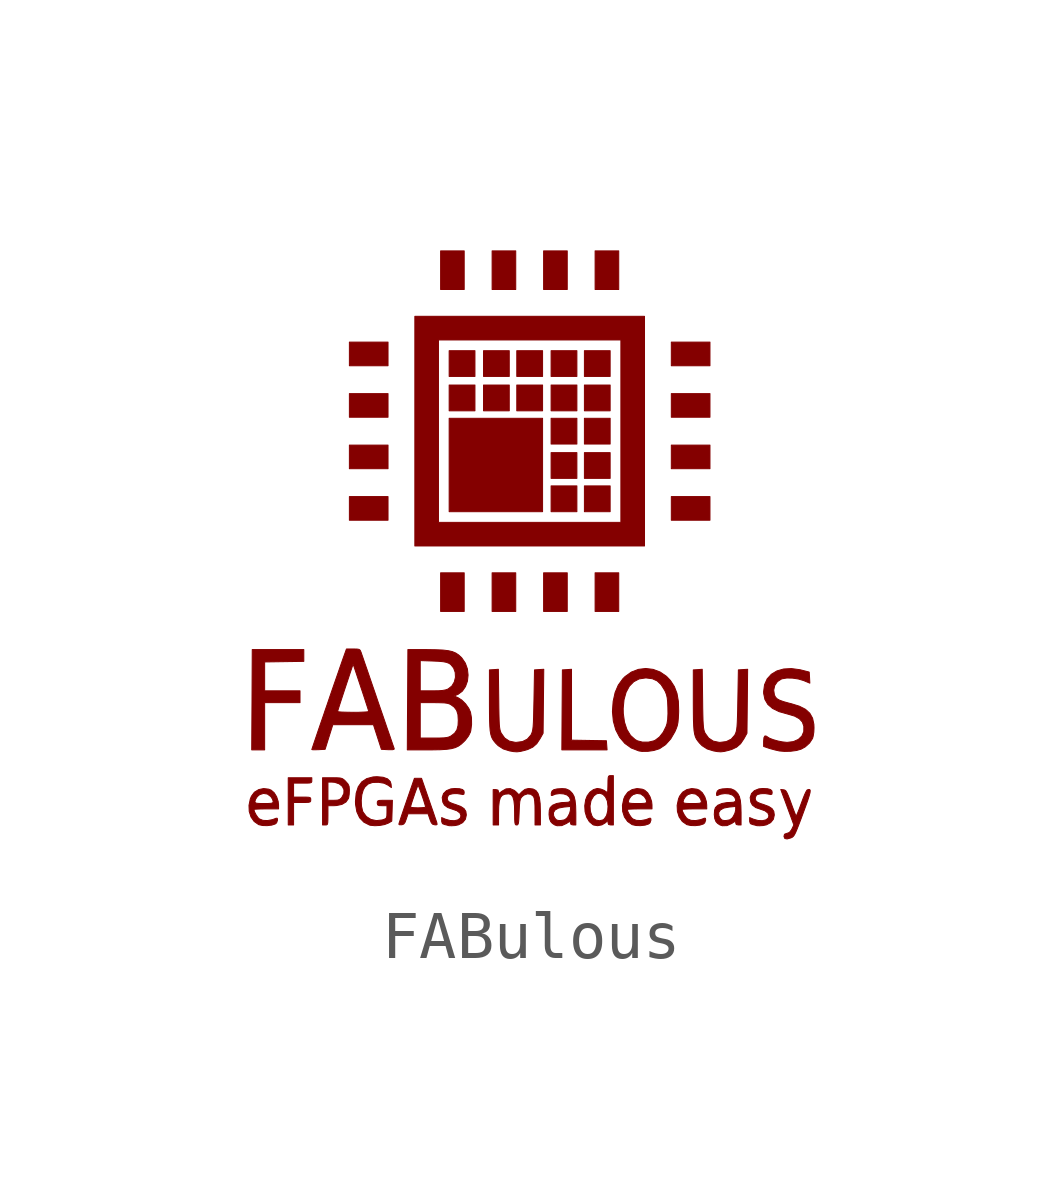
<source format=kicad_sym>
(kicad_symbol_lib
  (version 20231120)
  (generator "kicad_symbol_editor")
  (generator_version "8.0")
  (symbol "FABulous"
    (pin_names
      (offset 1.016))
    (property "Reference" "T1"
      (at 0 6.341 0)
      (effects (font (size 1.27 1.27)) (hide yes)))
    (symbol "FABulous_0_0"
      (polyline (pts (xy -2.929 0.537) (xy -2.929 0.783) (xy -3.332 0.783) (xy -3.734 0.783) (xy -3.734 0.537) (xy -3.734 0.291) (xy -3.332 0.291) (xy -2.929 0.291) (xy -2.929 0.537)) (stroke (width 0.01) (type default)) (fill (type outline)))
      (polyline (pts (xy -2.929 1.61) (xy -2.929 1.856) (xy -3.332 1.856) (xy -3.734 1.856) (xy -3.734 1.61) (xy -3.734 1.364) (xy -3.332 1.364) (xy -2.929 1.364) (xy -2.929 1.61)) (stroke (width 0.01) (type default)) (fill (type outline)))
      (polyline (pts (xy -2.929 2.683) (xy -2.929 2.929) (xy -3.332 2.929) (xy -3.734 2.929) (xy -3.734 2.683) (xy -3.734 2.437) (xy -3.332 2.437) (xy -2.929 2.437) (xy -2.929 2.683)) (stroke (width 0.01) (type default)) (fill (type outline)))
      (polyline (pts (xy -2.929 3.756) (xy -2.929 4.002) (xy -3.332 4.002) (xy -3.734 4.002) (xy -3.734 3.756) (xy -3.734 3.51) (xy -3.332 3.51) (xy -2.929 3.51) (xy -2.929 3.756)) (stroke (width 0.01) (type default)) (fill (type outline)))
      (polyline (pts (xy -1.342 -1.207) (xy -1.342 -0.805) (xy -1.587 -0.805) (xy -1.833 -0.805) (xy -1.833 -1.207) (xy -1.833 -1.61) (xy -1.587 -1.61) (xy -1.342 -1.61) (xy -1.342 -1.207)) (stroke (width 0.01) (type default)) (fill (type outline)))
      (polyline (pts (xy -1.342 5.5) (xy -1.342 5.903) (xy -1.587 5.903) (xy -1.833 5.903) (xy -1.833 5.5) (xy -1.833 5.098) (xy -1.587 5.098) (xy -1.342 5.098) (xy -1.342 5.5)) (stroke (width 0.01) (type default)) (fill (type outline)))
      (polyline (pts (xy -1.118 2.84) (xy -1.118 3.108) (xy -1.386 3.108) (xy -1.655 3.108) (xy -1.655 2.84) (xy -1.655 2.571) (xy -1.386 2.571) (xy -1.118 2.571) (xy -1.118 2.84)) (stroke (width 0.01) (type default)) (fill (type outline)))
      (polyline (pts (xy -1.118 3.555) (xy -1.118 3.823) (xy -1.386 3.823) (xy -1.655 3.823) (xy -1.655 3.555) (xy -1.655 3.287) (xy -1.386 3.287) (xy -1.118 3.287) (xy -1.118 3.555)) (stroke (width 0.01) (type default)) (fill (type outline)))
      (polyline (pts (xy -0.403 2.84) (xy -0.403 3.108) (xy -0.671 3.108) (xy -0.939 3.108) (xy -0.939 2.84) (xy -0.939 2.571) (xy -0.671 2.571) (xy -0.403 2.571) (xy -0.403 2.84)) (stroke (width 0.01) (type default)) (fill (type outline)))
      (polyline (pts (xy -0.403 3.555) (xy -0.403 3.823) (xy -0.671 3.823) (xy -0.939 3.823) (xy -0.939 3.555) (xy -0.939 3.287) (xy -0.671 3.287) (xy -0.403 3.287) (xy -0.403 3.555)) (stroke (width 0.01) (type default)) (fill (type outline)))
      (polyline (pts (xy -0.268 -1.207) (xy -0.268 -0.805) (xy -0.514 -0.805) (xy -0.76 -0.805) (xy -0.76 -1.207) (xy -0.76 -1.61) (xy -0.514 -1.61) (xy -0.268 -1.61) (xy -0.268 -1.207)) (stroke (width 0.01) (type default)) (fill (type outline)))
      (polyline (pts (xy -0.268 5.5) (xy -0.268 5.903) (xy -0.514 5.903) (xy -0.76 5.903) (xy -0.76 5.5) (xy -0.76 5.098) (xy -0.514 5.098) (xy -0.268 5.098) (xy -0.268 5.5)) (stroke (width 0.01) (type default)) (fill (type outline)))
      (polyline (pts (xy 0.291 1.442) (xy 0.291 2.415) (xy -0.682 2.415) (xy -1.655 2.415) (xy -1.655 1.442) (xy -1.655 0.469) (xy -0.682 0.469) (xy 0.291 0.469) (xy 0.291 1.442)) (stroke (width 0.01) (type default)) (fill (type outline)))
      (polyline (pts (xy 0.291 2.84) (xy 0.291 3.108) (xy 0.022 3.108) (xy -0.246 3.108) (xy -0.246 2.84) (xy -0.246 2.571) (xy 0.022 2.571) (xy 0.291 2.571) (xy 0.291 2.84)) (stroke (width 0.01) (type default)) (fill (type outline)))
      (polyline (pts (xy 0.291 3.555) (xy 0.291 3.823) (xy 0.022 3.823) (xy -0.246 3.823) (xy -0.246 3.555) (xy -0.246 3.287) (xy 0.022 3.287) (xy 0.291 3.287) (xy 0.291 3.555)) (stroke (width 0.01) (type default)) (fill (type outline)))
      (polyline (pts (xy 0.805 -1.207) (xy 0.805 -0.805) (xy 0.559 -0.805) (xy 0.313 -0.805) (xy 0.313 -1.207) (xy 0.313 -1.61) (xy 0.559 -1.61) (xy 0.805 -1.61) (xy 0.805 -1.207)) (stroke (width 0.01) (type default)) (fill (type outline)))
      (polyline (pts (xy 0.805 5.5) (xy 0.805 5.903) (xy 0.559 5.903) (xy 0.313 5.903) (xy 0.313 5.5) (xy 0.313 5.098) (xy 0.559 5.098) (xy 0.805 5.098) (xy 0.805 5.5)) (stroke (width 0.01) (type default)) (fill (type outline)))
      (polyline (pts (xy 1.006 0.738) (xy 1.006 1.006) (xy 0.738 1.006) (xy 0.469 1.006) (xy 0.469 0.738) (xy 0.469 0.469) (xy 0.738 0.469) (xy 1.006 0.469) (xy 1.006 0.738)) (stroke (width 0.01) (type default)) (fill (type outline)))
      (polyline (pts (xy 1.006 1.431) (xy 1.006 1.699) (xy 0.738 1.699) (xy 0.469 1.699) (xy 0.469 1.431) (xy 0.469 1.163) (xy 0.738 1.163) (xy 1.006 1.163) (xy 1.006 1.431)) (stroke (width 0.01) (type default)) (fill (type outline)))
      (polyline (pts (xy 1.006 2.147) (xy 1.006 2.415) (xy 0.738 2.415) (xy 0.469 2.415) (xy 0.469 2.147) (xy 0.469 1.878) (xy 0.738 1.878) (xy 1.006 1.878) (xy 1.006 2.147)) (stroke (width 0.01) (type default)) (fill (type outline)))
      (polyline (pts (xy 1.006 2.84) (xy 1.006 3.108) (xy 0.738 3.108) (xy 0.469 3.108) (xy 0.469 2.84) (xy 0.469 2.571) (xy 0.738 2.571) (xy 1.006 2.571) (xy 1.006 2.84)) (stroke (width 0.01) (type default)) (fill (type outline)))
      (polyline (pts (xy 1.006 3.555) (xy 1.006 3.823) (xy 0.738 3.823) (xy 0.469 3.823) (xy 0.469 3.555) (xy 0.469 3.287) (xy 0.738 3.287) (xy 1.006 3.287) (xy 1.006 3.555)) (stroke (width 0.01) (type default)) (fill (type outline)))
      (polyline (pts (xy 1.699 0.738) (xy 1.699 1.006) (xy 1.431 1.006) (xy 1.163 1.006) (xy 1.163 0.738) (xy 1.163 0.469) (xy 1.431 0.469) (xy 1.699 0.469) (xy 1.699 0.738)) (stroke (width 0.01) (type default)) (fill (type outline)))
      (polyline (pts (xy 1.699 1.431) (xy 1.699 1.699) (xy 1.431 1.699) (xy 1.163 1.699) (xy 1.163 1.431) (xy 1.163 1.163) (xy 1.431 1.163) (xy 1.699 1.163) (xy 1.699 1.431)) (stroke (width 0.01) (type default)) (fill (type outline)))
      (polyline (pts (xy 1.699 2.147) (xy 1.699 2.415) (xy 1.431 2.415) (xy 1.163 2.415) (xy 1.163 2.147) (xy 1.163 1.878) (xy 1.431 1.878) (xy 1.699 1.878) (xy 1.699 2.147)) (stroke (width 0.01) (type default)) (fill (type outline)))
      (polyline (pts (xy 1.699 2.84) (xy 1.699 3.108) (xy 1.431 3.108) (xy 1.163 3.108) (xy 1.163 2.84) (xy 1.163 2.571) (xy 1.431 2.571) (xy 1.699 2.571) (xy 1.699 2.84)) (stroke (width 0.01) (type default)) (fill (type outline)))
      (polyline (pts (xy 1.699 3.555) (xy 1.699 3.823) (xy 1.431 3.823) (xy 1.163 3.823) (xy 1.163 3.555) (xy 1.163 3.287) (xy 1.431 3.287) (xy 1.699 3.287) (xy 1.699 3.555)) (stroke (width 0.01) (type default)) (fill (type outline)))
      (polyline (pts (xy 1.878 -1.207) (xy 1.878 -0.805) (xy 1.632 -0.805) (xy 1.386 -0.805) (xy 1.386 -1.207) (xy 1.386 -1.61) (xy 1.632 -1.61) (xy 1.878 -1.61) (xy 1.878 -1.207)) (stroke (width 0.01) (type default)) (fill (type outline)))
      (polyline (pts (xy 1.878 5.5) (xy 1.878 5.903) (xy 1.632 5.903) (xy 1.386 5.903) (xy 1.386 5.5) (xy 1.386 5.098) (xy 1.632 5.098) (xy 1.878 5.098) (xy 1.878 5.5)) (stroke (width 0.01) (type default)) (fill (type outline)))
      (polyline (pts (xy 3.779 0.537) (xy 3.779 0.783) (xy 3.376 0.783) (xy 2.974 0.783) (xy 2.974 0.537) (xy 2.974 0.291) (xy 3.376 0.291) (xy 3.779 0.291) (xy 3.779 0.537)) (stroke (width 0.01) (type default)) (fill (type outline)))
      (polyline (pts (xy 3.779 1.61) (xy 3.779 1.856) (xy 3.376 1.856) (xy 2.974 1.856) (xy 2.974 1.61) (xy 2.974 1.364) (xy 3.376 1.364) (xy 3.779 1.364) (xy 3.779 1.61)) (stroke (width 0.01) (type default)) (fill (type outline)))
      (polyline (pts (xy 3.779 2.683) (xy 3.779 2.929) (xy 3.376 2.929) (xy 2.974 2.929) (xy 2.974 2.683) (xy 2.974 2.437) (xy 3.376 2.437) (xy 3.779 2.437) (xy 3.779 2.683)) (stroke (width 0.01) (type default)) (fill (type outline)))
      (polyline (pts (xy 3.779 3.756) (xy 3.779 4.002) (xy 3.376 4.002) (xy 2.974 4.002) (xy 2.974 3.756) (xy 2.974 3.51) (xy 3.376 3.51) (xy 3.779 3.51) (xy 3.779 3.756)) (stroke (width 0.01) (type default)) (fill (type outline)))
      (polyline (pts (xy 1.628 -4.399) (xy 1.621 -4.304) (xy 1.258 -4.298) (xy 0.894 -4.292) (xy 0.894 -3.553) (xy 0.894 -2.815) (xy 0.799 -2.822) (xy 0.704 -2.828) (xy 0.698 -3.661) (xy 0.693 -4.494) (xy 1.164 -4.494) (xy 1.635 -4.494) (xy 1.628 -4.399)) (stroke (width 0.01) (type default)) (fill (type outline)))
      (polyline (pts (xy 2.415 2.147) (xy 2.415 4.539) (xy 0.022 4.539) (xy -2.37 4.539) (xy -2.37 2.147) (xy -1.878 2.147) (xy -1.878 4.047) (xy 0.022 4.047) (xy 1.923 4.047) (xy 1.923 2.147) (xy 1.923 0.246) (xy 0.022 0.246) (xy -1.878 0.246) (xy -1.878 2.147) (xy -2.37 2.147) (xy -2.37 -0.246) (xy 0.022 -0.246) (xy 2.415 -0.246) (xy 2.415 2.147)) (stroke (width 0.01) (type default)) (fill (type outline)))
      (polyline (pts (xy -5.5 -4.002) (xy -5.5 -3.51) (xy -5.131 -3.51) (xy -4.763 -3.51) (xy -4.763 -3.387) (xy -4.763 -3.264) (xy -5.131 -3.264) (xy -5.5 -3.264) (xy -5.5 -2.963) (xy -5.5 -2.662) (xy -5.092 -2.656) (xy -4.684 -2.65) (xy -4.684 -2.527) (xy -4.684 -2.404) (xy -5.221 -2.404) (xy -5.758 -2.404) (xy -5.763 -3.449) (xy -5.769 -4.494) (xy -5.635 -4.494) (xy -5.5 -4.494) (xy -5.5 -4.002)) (stroke (width 0.01) (type default)) (fill (type outline)))
      (polyline (pts (xy -4.897 -5.825) (xy -4.897 -5.59) (xy -4.718 -5.59) (xy -4.642 -5.59) (xy -4.583 -5.587) (xy -4.553 -5.578) (xy -4.541 -5.562) (xy -4.539 -5.534) (xy -4.54 -5.51) (xy -4.549 -5.492) (xy -4.576 -5.482) (xy -4.629 -5.479) (xy -4.718 -5.478) (xy -4.897 -5.478) (xy -4.897 -5.333) (xy -4.897 -5.187) (xy -4.707 -5.187) (xy -4.615 -5.187) (xy -4.559 -5.184) (xy -4.529 -5.175) (xy -4.518 -5.159) (xy -4.517 -5.131) (xy -4.517 -5.075) (xy -4.763 -5.075) (xy -5.008 -5.075) (xy -5.008 -5.567) (xy -5.008 -6.059) (xy -4.953 -6.059) (xy -4.897 -6.059) (xy -4.897 -5.825)) (stroke (width 0.01) (type default)) (fill (type outline)))
      (polyline (pts (xy -4.207 -6.057) (xy -4.192 -6.044) (xy -4.185 -6.013) (xy -4.182 -5.953) (xy -4.181 -5.858) (xy -4.181 -5.657) (xy -4.053 -5.657) (xy -4.001 -5.654) (xy -3.889 -5.63) (xy -3.805 -5.58) (xy -3.756 -5.51) (xy -3.749 -5.488) (xy -3.738 -5.419) (xy -3.734 -5.34) (xy -3.734 -5.325) (xy -3.74 -5.256) (xy -3.763 -5.205) (xy -3.81 -5.152) (xy -3.817 -5.144) (xy -3.853 -5.111) (xy -3.886 -5.091) (xy -3.929 -5.08) (xy -3.993 -5.076) (xy -4.09 -5.075) (xy -4.293 -5.075) (xy -4.293 -5.355) (xy -4.181 -5.355) (xy -4.181 -5.165) (xy -4.106 -5.165) (xy -4.04 -5.17) (xy -3.946 -5.202) (xy -3.881 -5.255) (xy -3.847 -5.325) (xy -3.849 -5.404) (xy -3.892 -5.486) (xy -3.903 -5.499) (xy -3.938 -5.529) (xy -3.985 -5.542) (xy -4.06 -5.545) (xy -4.181 -5.545) (xy -4.181 -5.355) (xy -4.293 -5.355) (xy -4.293 -5.567) (xy -4.293 -6.059) (xy -4.237 -6.059) (xy -4.232 -6.059) (xy -4.207 -6.057)) (stroke (width 0.01) (type default)) (fill (type outline)))
      (polyline (pts (xy -1.532 -6.071) (xy -1.461 -6.056) (xy -1.374 -6.01) (xy -1.317 -5.94) (xy -1.297 -5.851) (xy -1.297 -5.851) (xy -1.308 -5.775) (xy -1.345 -5.718) (xy -1.414 -5.673) (xy -1.522 -5.633) (xy -1.583 -5.613) (xy -1.643 -5.588) (xy -1.676 -5.562) (xy -1.691 -5.53) (xy -1.695 -5.494) (xy -1.671 -5.44) (xy -1.644 -5.423) (xy -1.576 -5.407) (xy -1.49 -5.405) (xy -1.403 -5.418) (xy -1.372 -5.425) (xy -1.347 -5.417) (xy -1.342 -5.38) (xy -1.348 -5.348) (xy -1.378 -5.32) (xy -1.439 -5.304) (xy -1.538 -5.299) (xy -1.62 -5.307) (xy -1.712 -5.344) (xy -1.773 -5.405) (xy -1.8 -5.487) (xy -1.787 -5.583) (xy -1.754 -5.644) (xy -1.684 -5.697) (xy -1.576 -5.734) (xy -1.491 -5.764) (xy -1.43 -5.811) (xy -1.409 -5.869) (xy -1.425 -5.917) (xy -1.474 -5.953) (xy -1.548 -5.97) (xy -1.638 -5.965) (xy -1.734 -5.938) (xy -1.811 -5.905) (xy -1.811 -5.971) (xy -1.81 -5.991) (xy -1.795 -6.031) (xy -1.75 -6.05) (xy -1.703 -6.061) (xy -1.666 -6.072) (xy -1.652 -6.074) (xy -1.601 -6.075) (xy -1.532 -6.071)) (stroke (width 0.01) (type default)) (fill (type outline)))
      (polyline (pts (xy 4.885 -6.071) (xy 4.956 -6.056) (xy 5.043 -6.01) (xy 5.1 -5.94) (xy 5.12 -5.851) (xy 5.12 -5.851) (xy 5.109 -5.775) (xy 5.072 -5.718) (xy 5.003 -5.673) (xy 4.896 -5.633) (xy 4.834 -5.613) (xy 4.774 -5.588) (xy 4.741 -5.562) (xy 4.726 -5.53) (xy 4.722 -5.494) (xy 4.746 -5.44) (xy 4.773 -5.423) (xy 4.841 -5.407) (xy 4.927 -5.405) (xy 5.014 -5.418) (xy 5.045 -5.425) (xy 5.07 -5.417) (xy 5.075 -5.38) (xy 5.069 -5.348) (xy 5.039 -5.32) (xy 4.978 -5.304) (xy 4.879 -5.299) (xy 4.797 -5.307) (xy 4.705 -5.344) (xy 4.644 -5.405) (xy 4.617 -5.487) (xy 4.63 -5.583) (xy 4.663 -5.644) (xy 4.733 -5.697) (xy 4.841 -5.734) (xy 4.926 -5.764) (xy 4.987 -5.811) (xy 5.008 -5.869) (xy 4.992 -5.917) (xy 4.943 -5.953) (xy 4.869 -5.97) (xy 4.779 -5.965) (xy 4.684 -5.938) (xy 4.606 -5.905) (xy 4.606 -5.971) (xy 4.607 -5.991) (xy 4.622 -6.031) (xy 4.667 -6.05) (xy 4.714 -6.061) (xy 4.751 -6.072) (xy 4.765 -6.074) (xy 4.816 -6.075) (xy 4.885 -6.071)) (stroke (width 0.01) (type default)) (fill (type outline)))
      (polyline (pts (xy 5.464 -6.329) (xy 5.472 -6.325) (xy 5.495 -6.314) (xy 5.516 -6.296) (xy 5.538 -6.266) (xy 5.562 -6.22) (xy 5.591 -6.152) (xy 5.628 -6.058) (xy 5.676 -5.932) (xy 5.736 -5.769) (xy 5.766 -5.687) (xy 5.814 -5.553) (xy 5.846 -5.453) (xy 5.864 -5.385) (xy 5.868 -5.342) (xy 5.859 -5.322) (xy 5.838 -5.319) (xy 5.805 -5.329) (xy 5.803 -5.33) (xy 5.784 -5.359) (xy 5.754 -5.421) (xy 5.719 -5.508) (xy 5.681 -5.611) (xy 5.674 -5.63) (xy 5.638 -5.728) (xy 5.607 -5.806) (xy 5.585 -5.856) (xy 5.574 -5.872) (xy 5.573 -5.871) (xy 5.56 -5.843) (xy 5.536 -5.783) (xy 5.504 -5.698) (xy 5.467 -5.597) (xy 5.446 -5.539) (xy 5.41 -5.446) (xy 5.383 -5.386) (xy 5.361 -5.35) (xy 5.338 -5.332) (xy 5.313 -5.326) (xy 5.254 -5.319) (xy 5.323 -5.505) (xy 5.326 -5.51) (xy 5.369 -5.628) (xy 5.417 -5.759) (xy 5.46 -5.875) (xy 5.527 -6.059) (xy 5.486 -6.143) (xy 5.474 -6.165) (xy 5.434 -6.215) (xy 5.383 -6.234) (xy 5.371 -6.236) (xy 5.332 -6.253) (xy 5.321 -6.296) (xy 5.322 -6.301) (xy 5.339 -6.341) (xy 5.386 -6.35) (xy 5.464 -6.329)) (stroke (width 0.01) (type default)) (fill (type outline)))
      (polyline (pts (xy -0.173 -4.527) (xy -0.082 -4.505) (xy -0.019 -4.487) (xy 0.087 -4.437) (xy 0.169 -4.366) (xy 0.238 -4.262) (xy 0.302 -4.148) (xy 0.309 -3.481) (xy 0.316 -2.815) (xy 0.219 -2.821) (xy 0.123 -2.828) (xy 0.112 -3.454) (xy 0.111 -3.496) (xy 0.107 -3.674) (xy 0.104 -3.814) (xy 0.1 -3.921) (xy 0.095 -4.002) (xy 0.088 -4.062) (xy 0.08 -4.106) (xy 0.069 -4.14) (xy 0.056 -4.17) (xy 0.047 -4.187) (xy -0.026 -4.27) (xy -0.128 -4.321) (xy -0.259 -4.338) (xy -0.28 -4.337) (xy -0.401 -4.312) (xy -0.498 -4.248) (xy -0.57 -4.147) (xy -0.574 -4.14) (xy -0.586 -4.11) (xy -0.596 -4.074) (xy -0.604 -4.028) (xy -0.61 -3.966) (xy -0.614 -3.881) (xy -0.617 -3.768) (xy -0.62 -3.622) (xy -0.622 -3.437) (xy -0.63 -2.815) (xy -0.723 -2.822) (xy -0.816 -2.828) (xy -0.816 -3.466) (xy -0.816 -3.534) (xy -0.815 -3.724) (xy -0.813 -3.877) (xy -0.808 -3.998) (xy -0.801 -4.091) (xy -0.789 -4.164) (xy -0.773 -4.221) (xy -0.751 -4.268) (xy -0.723 -4.309) (xy -0.688 -4.352) (xy -0.633 -4.407) (xy -0.527 -4.475) (xy -0.395 -4.516) (xy -0.314 -4.53) (xy -0.243 -4.535) (xy -0.173 -4.527)) (stroke (width 0.01) (type default)) (fill (type outline)))
      (polyline (pts (xy 4.075 -4.527) (xy 4.166 -4.505) (xy 4.229 -4.487) (xy 4.335 -4.437) (xy 4.417 -4.366) (xy 4.487 -4.262) (xy 4.55 -4.148) (xy 4.557 -3.481) (xy 4.564 -2.815) (xy 4.467 -2.821) (xy 4.371 -2.828) (xy 4.36 -3.454) (xy 4.359 -3.496) (xy 4.356 -3.674) (xy 4.352 -3.814) (xy 4.348 -3.921) (xy 4.343 -4.002) (xy 4.336 -4.062) (xy 4.328 -4.106) (xy 4.317 -4.14) (xy 4.304 -4.17) (xy 4.295 -4.187) (xy 4.223 -4.27) (xy 4.12 -4.321) (xy 3.989 -4.338) (xy 3.968 -4.337) (xy 3.848 -4.312) (xy 3.751 -4.248) (xy 3.678 -4.147) (xy 3.674 -4.14) (xy 3.662 -4.11) (xy 3.652 -4.074) (xy 3.644 -4.028) (xy 3.639 -3.966) (xy 3.634 -3.881) (xy 3.631 -3.768) (xy 3.628 -3.622) (xy 3.626 -3.437) (xy 3.618 -2.815) (xy 3.525 -2.822) (xy 3.432 -2.828) (xy 3.432 -3.466) (xy 3.432 -3.534) (xy 3.433 -3.724) (xy 3.435 -3.877) (xy 3.44 -3.998) (xy 3.447 -4.091) (xy 3.459 -4.164) (xy 3.475 -4.221) (xy 3.497 -4.268) (xy 3.526 -4.309) (xy 3.561 -4.352) (xy 3.615 -4.407) (xy 3.721 -4.475) (xy 3.853 -4.516) (xy 3.934 -4.53) (xy 4.005 -4.535) (xy 4.075 -4.527)) (stroke (width 0.01) (type default)) (fill (type outline)))
      (polyline (pts (xy -3.1 -6.069) (xy -3 -6.05) (xy -2.924 -6.021) (xy -2.851 -5.979) (xy -2.844 -5.762) (xy -2.838 -5.545) (xy -2.995 -5.545) (xy -3.038 -5.545) (xy -3.103 -5.547) (xy -3.137 -5.555) (xy -3.15 -5.572) (xy -3.153 -5.601) (xy -3.152 -5.616) (xy -3.144 -5.643) (xy -3.114 -5.655) (xy -3.052 -5.657) (xy -2.951 -5.657) (xy -2.951 -5.789) (xy -2.951 -5.795) (xy -2.953 -5.867) (xy -2.962 -5.907) (xy -2.982 -5.929) (xy -3.022 -5.945) (xy -3.049 -5.954) (xy -3.171 -5.968) (xy -3.284 -5.944) (xy -3.379 -5.884) (xy -3.449 -5.791) (xy -3.459 -5.767) (xy -3.482 -5.666) (xy -3.487 -5.548) (xy -3.475 -5.429) (xy -3.445 -5.329) (xy -3.411 -5.269) (xy -3.342 -5.205) (xy -3.25 -5.173) (xy -3.127 -5.17) (xy -3.127 -5.17) (xy -3.011 -5.189) (xy -2.928 -5.23) (xy -2.859 -5.28) (xy -2.866 -5.206) (xy -2.883 -5.153) (xy -2.939 -5.098) (xy -3.031 -5.065) (xy -3.159 -5.053) (xy -3.241 -5.058) (xy -3.373 -5.093) (xy -3.476 -5.161) (xy -3.549 -5.263) (xy -3.593 -5.399) (xy -3.608 -5.569) (xy -3.606 -5.629) (xy -3.579 -5.784) (xy -3.521 -5.909) (xy -3.432 -6.001) (xy -3.314 -6.061) (xy -3.294 -6.066) (xy -3.204 -6.074) (xy -3.1 -6.069)) (stroke (width 0.01) (type default)) (fill (type outline)))
      (polyline (pts (xy 1.527 -6.057) (xy 1.602 -6.012) (xy 1.655 -5.962) (xy 1.655 -6.011) (xy 1.655 -6.013) (xy 1.667 -6.049) (xy 1.71 -6.059) (xy 1.766 -6.059) (xy 1.766 -5.545) (xy 1.766 -5.031) (xy 1.71 -5.031) (xy 1.708 -5.031) (xy 1.682 -5.033) (xy 1.666 -5.045) (xy 1.658 -5.075) (xy 1.654 -5.133) (xy 1.653 -5.226) (xy 1.652 -5.27) (xy 1.649 -5.342) (xy 1.645 -5.386) (xy 1.64 -5.394) (xy 1.624 -5.372) (xy 1.572 -5.337) (xy 1.503 -5.31) (xy 1.435 -5.299) (xy 1.429 -5.299) (xy 1.351 -5.322) (xy 1.277 -5.376) (xy 1.221 -5.452) (xy 1.189 -5.534) (xy 1.17 -5.658) (xy 1.17 -5.662) (xy 1.28 -5.662) (xy 1.299 -5.559) (xy 1.308 -5.536) (xy 1.359 -5.453) (xy 1.421 -5.408) (xy 1.487 -5.398) (xy 1.55 -5.422) (xy 1.603 -5.477) (xy 1.641 -5.561) (xy 1.655 -5.672) (xy 1.649 -5.769) (xy 1.624 -5.864) (xy 1.577 -5.933) (xy 1.546 -5.955) (xy 1.476 -5.971) (xy 1.403 -5.956) (xy 1.344 -5.912) (xy 1.319 -5.871) (xy 1.287 -5.772) (xy 1.28 -5.662) (xy 1.17 -5.662) (xy 1.177 -5.782) (xy 1.21 -5.896) (xy 1.266 -5.99) (xy 1.342 -6.054) (xy 1.355 -6.06) (xy 1.438 -6.074) (xy 1.527 -6.057)) (stroke (width 0.01) (type default)) (fill (type outline)))
      (polyline (pts (xy -1.906 -6.047) (xy -1.913 -6.011) (xy -1.914 -6.006) (xy -1.929 -5.962) (xy -1.956 -5.884) (xy -1.991 -5.78) (xy -2.034 -5.657) (xy -2.08 -5.523) (xy -2.231 -5.087) (xy -2.305 -5.087) (xy -2.379 -5.087) (xy -2.541 -5.556) (xy -2.563 -5.62) (xy -2.586 -5.686) (xy -2.459 -5.686) (xy -2.456 -5.668) (xy -2.442 -5.616) (xy -2.418 -5.543) (xy -2.39 -5.46) (xy -2.361 -5.376) (xy -2.334 -5.303) (xy -2.314 -5.252) (xy -2.303 -5.232) (xy -2.297 -5.241) (xy -2.279 -5.284) (xy -2.254 -5.351) (xy -2.225 -5.433) (xy -2.196 -5.517) (xy -2.171 -5.595) (xy -2.153 -5.655) (xy -2.147 -5.686) (xy -2.147 -5.687) (xy -2.17 -5.694) (xy -2.226 -5.699) (xy -2.303 -5.702) (xy -2.309 -5.702) (xy -2.385 -5.699) (xy -2.439 -5.694) (xy -2.459 -5.686) (xy -2.586 -5.686) (xy -2.608 -5.751) (xy -2.647 -5.866) (xy -2.677 -5.957) (xy -2.697 -6.019) (xy -2.704 -6.044) (xy -2.689 -6.055) (xy -2.646 -6.055) (xy -2.639 -6.054) (xy -2.602 -6.04) (xy -2.575 -6.005) (xy -2.549 -5.936) (xy -2.512 -5.825) (xy -2.303 -5.825) (xy -2.095 -5.825) (xy -2.057 -5.936) (xy -2.051 -5.955) (xy -2.026 -6.014) (xy -1.998 -6.044) (xy -1.958 -6.055) (xy -1.926 -6.058) (xy -1.906 -6.047)) (stroke (width 0.01) (type default)) (fill (type outline)))
      (polyline (pts (xy -5.352 -6.062) (xy -5.279 -6.038) (xy -5.251 -6.014) (xy -5.232 -5.959) (xy -5.232 -5.946) (xy -5.237 -5.92) (xy -5.259 -5.918) (xy -5.31 -5.938) (xy -5.338 -5.948) (xy -5.439 -5.967) (xy -5.535 -5.963) (xy -5.61 -5.933) (xy -5.639 -5.905) (xy -5.679 -5.847) (xy -5.711 -5.785) (xy -5.724 -5.736) (xy -5.705 -5.731) (xy -5.651 -5.728) (xy -5.568 -5.725) (xy -5.467 -5.724) (xy -5.21 -5.724) (xy -5.21 -5.64) (xy -5.218 -5.569) (xy -5.25 -5.471) (xy -5.301 -5.388) (xy -5.363 -5.334) (xy -5.414 -5.313) (xy -5.521 -5.3) (xy -5.624 -5.322) (xy -5.713 -5.376) (xy -5.775 -5.46) (xy -5.799 -5.518) (xy -5.809 -5.569) (xy -5.702 -5.569) (xy -5.702 -5.566) (xy -5.686 -5.519) (xy -5.651 -5.466) (xy -5.603 -5.426) (xy -5.524 -5.402) (xy -5.443 -5.414) (xy -5.375 -5.464) (xy -5.37 -5.469) (xy -5.335 -5.523) (xy -5.322 -5.569) (xy -5.323 -5.582) (xy -5.333 -5.598) (xy -5.362 -5.607) (xy -5.419 -5.611) (xy -5.512 -5.612) (xy -5.571 -5.612) (xy -5.641 -5.609) (xy -5.681 -5.603) (xy -5.698 -5.59) (xy -5.702 -5.569) (xy -5.809 -5.569) (xy -5.826 -5.65) (xy -5.821 -5.777) (xy -5.784 -5.892) (xy -5.718 -5.986) (xy -5.625 -6.051) (xy -5.62 -6.053) (xy -5.544 -6.07) (xy -5.447 -6.073) (xy -5.352 -6.062)) (stroke (width 0.01) (type default)) (fill (type outline)))
      (polyline (pts (xy 2.429 -6.062) (xy 2.502 -6.038) (xy 2.53 -6.014) (xy 2.549 -5.959) (xy 2.549 -5.946) (xy 2.544 -5.92) (xy 2.522 -5.918) (xy 2.471 -5.938) (xy 2.443 -5.948) (xy 2.342 -5.967) (xy 2.246 -5.963) (xy 2.171 -5.933) (xy 2.142 -5.905) (xy 2.102 -5.847) (xy 2.07 -5.785) (xy 2.057 -5.736) (xy 2.076 -5.731) (xy 2.13 -5.728) (xy 2.213 -5.725) (xy 2.314 -5.724) (xy 2.571 -5.724) (xy 2.571 -5.64) (xy 2.563 -5.569) (xy 2.53 -5.471) (xy 2.48 -5.388) (xy 2.418 -5.334) (xy 2.367 -5.313) (xy 2.26 -5.3) (xy 2.157 -5.322) (xy 2.068 -5.376) (xy 2.006 -5.46) (xy 1.982 -5.518) (xy 1.972 -5.569) (xy 2.079 -5.569) (xy 2.079 -5.566) (xy 2.095 -5.519) (xy 2.13 -5.466) (xy 2.178 -5.426) (xy 2.257 -5.402) (xy 2.338 -5.414) (xy 2.406 -5.464) (xy 2.411 -5.469) (xy 2.446 -5.523) (xy 2.459 -5.569) (xy 2.458 -5.582) (xy 2.448 -5.598) (xy 2.418 -5.607) (xy 2.362 -5.611) (xy 2.269 -5.612) (xy 2.211 -5.612) (xy 2.14 -5.609) (xy 2.1 -5.603) (xy 2.083 -5.59) (xy 2.079 -5.569) (xy 1.972 -5.569) (xy 1.955 -5.65) (xy 1.96 -5.777) (xy 1.997 -5.892) (xy 2.063 -5.986) (xy 2.156 -6.051) (xy 2.161 -6.053) (xy 2.237 -6.07) (xy 2.333 -6.073) (xy 2.429 -6.062)) (stroke (width 0.01) (type default)) (fill (type outline)))
      (polyline (pts (xy 3.569 -6.062) (xy 3.643 -6.038) (xy 3.67 -6.014) (xy 3.689 -5.959) (xy 3.689 -5.946) (xy 3.684 -5.92) (xy 3.662 -5.918) (xy 3.612 -5.938) (xy 3.583 -5.948) (xy 3.483 -5.967) (xy 3.386 -5.963) (xy 3.312 -5.933) (xy 3.283 -5.905) (xy 3.243 -5.847) (xy 3.211 -5.785) (xy 3.197 -5.736) (xy 3.216 -5.731) (xy 3.271 -5.728) (xy 3.353 -5.725) (xy 3.454 -5.724) (xy 3.712 -5.724) (xy 3.711 -5.64) (xy 3.703 -5.569) (xy 3.671 -5.471) (xy 3.62 -5.388) (xy 3.558 -5.334) (xy 3.507 -5.313) (xy 3.4 -5.3) (xy 3.297 -5.322) (xy 3.209 -5.376) (xy 3.146 -5.46) (xy 3.123 -5.518) (xy 3.112 -5.569) (xy 3.22 -5.569) (xy 3.22 -5.566) (xy 3.236 -5.519) (xy 3.271 -5.466) (xy 3.319 -5.426) (xy 3.397 -5.402) (xy 3.478 -5.414) (xy 3.547 -5.464) (xy 3.552 -5.469) (xy 3.586 -5.523) (xy 3.6 -5.569) (xy 3.599 -5.582) (xy 3.588 -5.598) (xy 3.559 -5.607) (xy 3.502 -5.611) (xy 3.41 -5.612) (xy 3.351 -5.612) (xy 3.28 -5.609) (xy 3.241 -5.603) (xy 3.224 -5.59) (xy 3.22 -5.569) (xy 3.112 -5.569) (xy 3.095 -5.65) (xy 3.101 -5.777) (xy 3.137 -5.892) (xy 3.203 -5.986) (xy 3.296 -6.051) (xy 3.301 -6.053) (xy 3.378 -6.07) (xy 3.474 -6.073) (xy 3.569 -6.062)) (stroke (width 0.01) (type default)) (fill (type outline)))
      (polyline (pts (xy 0.692 -6.072) (xy 0.791 -6.027) (xy 0.818 -6.008) (xy 0.855 -5.987) (xy 0.869 -5.99) (xy 0.872 -6.015) (xy 0.884 -6.049) (xy 0.928 -6.059) (xy 0.984 -6.059) (xy 0.984 -5.819) (xy 0.984 -5.802) (xy 0.98 -5.657) (xy 0.968 -5.547) (xy 0.948 -5.466) (xy 0.915 -5.405) (xy 0.87 -5.356) (xy 0.84 -5.334) (xy 0.778 -5.307) (xy 0.697 -5.301) (xy 0.696 -5.301) (xy 0.592 -5.308) (xy 0.525 -5.324) (xy 0.488 -5.353) (xy 0.473 -5.397) (xy 0.473 -5.403) (xy 0.474 -5.443) (xy 0.493 -5.444) (xy 0.558 -5.417) (xy 0.645 -5.405) (xy 0.732 -5.412) (xy 0.805 -5.437) (xy 0.849 -5.478) (xy 0.872 -5.531) (xy 0.867 -5.567) (xy 0.828 -5.585) (xy 0.748 -5.59) (xy 0.692 -5.592) (xy 0.583 -5.612) (xy 0.499 -5.648) (xy 0.449 -5.698) (xy 0.431 -5.756) (xy 0.428 -5.803) (xy 0.517 -5.803) (xy 0.551 -5.747) (xy 0.624 -5.707) (xy 0.733 -5.686) (xy 0.872 -5.673) (xy 0.872 -5.74) (xy 0.872 -5.75) (xy 0.855 -5.816) (xy 0.821 -5.883) (xy 0.792 -5.921) (xy 0.746 -5.953) (xy 0.678 -5.965) (xy 0.63 -5.967) (xy 0.583 -5.955) (xy 0.55 -5.921) (xy 0.522 -5.87) (xy 0.517 -5.803) (xy 0.428 -5.803) (xy 0.426 -5.841) (xy 0.436 -5.926) (xy 0.461 -5.989) (xy 0.495 -6.026) (xy 0.545 -6.059) (xy 0.594 -6.075) (xy 0.692 -6.072)) (stroke (width 0.01) (type default)) (fill (type outline)))
      (polyline (pts (xy 4.135 -6.072) (xy 4.234 -6.027) (xy 4.261 -6.008) (xy 4.298 -5.987) (xy 4.313 -5.99) (xy 4.315 -6.015) (xy 4.327 -6.049) (xy 4.371 -6.059) (xy 4.427 -6.059) (xy 4.427 -5.819) (xy 4.427 -5.802) (xy 4.423 -5.657) (xy 4.412 -5.547) (xy 4.391 -5.466) (xy 4.359 -5.405) (xy 4.313 -5.356) (xy 4.283 -5.334) (xy 4.221 -5.307) (xy 4.14 -5.301) (xy 4.139 -5.301) (xy 4.035 -5.308) (xy 3.969 -5.324) (xy 3.932 -5.353) (xy 3.917 -5.397) (xy 3.916 -5.403) (xy 3.918 -5.443) (xy 3.936 -5.444) (xy 4.002 -5.417) (xy 4.089 -5.405) (xy 4.175 -5.412) (xy 4.248 -5.437) (xy 4.293 -5.478) (xy 4.315 -5.531) (xy 4.311 -5.567) (xy 4.271 -5.585) (xy 4.192 -5.59) (xy 4.136 -5.592) (xy 4.027 -5.612) (xy 3.942 -5.648) (xy 3.892 -5.698) (xy 3.874 -5.756) (xy 3.872 -5.803) (xy 3.96 -5.803) (xy 3.995 -5.747) (xy 4.067 -5.707) (xy 4.176 -5.686) (xy 4.315 -5.673) (xy 4.315 -5.74) (xy 4.315 -5.75) (xy 4.298 -5.816) (xy 4.264 -5.883) (xy 4.235 -5.921) (xy 4.189 -5.953) (xy 4.121 -5.965) (xy 4.073 -5.967) (xy 4.027 -5.955) (xy 3.993 -5.921) (xy 3.966 -5.87) (xy 3.96 -5.803) (xy 3.872 -5.803) (xy 3.869 -5.841) (xy 3.879 -5.926) (xy 3.904 -5.989) (xy 3.938 -6.026) (xy 3.988 -6.059) (xy 4.038 -6.075) (xy 4.135 -6.072)) (stroke (width 0.01) (type default)) (fill (type outline)))
      (polyline (pts (xy -0.626 -5.812) (xy -0.623 -5.674) (xy -0.611 -5.565) (xy -0.588 -5.489) (xy -0.551 -5.442) (xy -0.496 -5.418) (xy -0.422 -5.411) (xy -0.405 -5.412) (xy -0.36 -5.43) (xy -0.328 -5.475) (xy -0.306 -5.551) (xy -0.294 -5.662) (xy -0.291 -5.813) (xy -0.291 -5.845) (xy -0.29 -5.942) (xy -0.286 -6.005) (xy -0.279 -6.04) (xy -0.267 -6.056) (xy -0.249 -6.059) (xy -0.24 -6.059) (xy -0.225 -6.051) (xy -0.214 -6.027) (xy -0.207 -5.981) (xy -0.202 -5.905) (xy -0.197 -5.792) (xy -0.195 -5.744) (xy -0.19 -5.643) (xy -0.184 -5.574) (xy -0.173 -5.528) (xy -0.158 -5.495) (xy -0.135 -5.467) (xy -0.094 -5.435) (xy -0.023 -5.411) (xy 0.046 -5.419) (xy 0.099 -5.461) (xy 0.105 -5.47) (xy 0.119 -5.509) (xy 0.128 -5.569) (xy 0.133 -5.658) (xy 0.134 -5.785) (xy 0.134 -6.059) (xy 0.19 -6.059) (xy 0.246 -6.059) (xy 0.246 -5.79) (xy 0.246 -5.777) (xy 0.241 -5.614) (xy 0.225 -5.49) (xy 0.196 -5.401) (xy 0.153 -5.342) (xy 0.094 -5.31) (xy 0.015 -5.3) (xy -0.005 -5.3) (xy -0.074 -5.317) (xy -0.136 -5.364) (xy -0.201 -5.43) (xy -0.267 -5.364) (xy -0.298 -5.338) (xy -0.382 -5.301) (xy -0.47 -5.307) (xy -0.557 -5.357) (xy -0.577 -5.373) (xy -0.611 -5.398) (xy -0.624 -5.396) (xy -0.626 -5.368) (xy -0.626 -5.368) (xy -0.638 -5.332) (xy -0.682 -5.322) (xy -0.738 -5.322) (xy -0.738 -5.69) (xy -0.738 -6.059) (xy -0.682 -6.059) (xy -0.626 -6.059) (xy -0.626 -5.812)) (stroke (width 0.01) (type default)) (fill (type outline)))
      (polyline (pts (xy 2.483 -4.525) (xy 2.609 -4.507) (xy 2.719 -4.473) (xy 2.735 -4.465) (xy 2.855 -4.384) (xy 2.961 -4.266) (xy 3.048 -4.117) (xy 3.075 -4.055) (xy 3.098 -3.991) (xy 3.112 -3.922) (xy 3.12 -3.837) (xy 3.126 -3.72) (xy 3.127 -3.682) (xy 3.121 -3.485) (xy 3.092 -3.318) (xy 3.037 -3.175) (xy 2.955 -3.048) (xy 2.873 -2.962) (xy 2.741 -2.872) (xy 2.595 -2.817) (xy 2.441 -2.798) (xy 2.287 -2.817) (xy 2.141 -2.873) (xy 2.01 -2.967) (xy 1.964 -3.013) (xy 1.869 -3.144) (xy 1.803 -3.298) (xy 1.762 -3.483) (xy 1.762 -3.483) (xy 1.751 -3.632) (xy 1.971 -3.632) (xy 1.988 -3.45) (xy 2.031 -3.295) (xy 2.099 -3.168) (xy 2.19 -3.075) (xy 2.302 -3.016) (xy 2.433 -2.996) (xy 2.455 -2.996) (xy 2.579 -3.012) (xy 2.679 -3.057) (xy 2.761 -3.135) (xy 2.835 -3.253) (xy 2.851 -3.285) (xy 2.873 -3.343) (xy 2.888 -3.407) (xy 2.897 -3.491) (xy 2.902 -3.607) (xy 2.904 -3.741) (xy 2.898 -3.862) (xy 2.884 -3.948) (xy 2.865 -4.006) (xy 2.805 -4.127) (xy 2.727 -4.226) (xy 2.64 -4.292) (xy 2.607 -4.307) (xy 2.494 -4.333) (xy 2.374 -4.333) (xy 2.269 -4.306) (xy 2.221 -4.28) (xy 2.124 -4.193) (xy 2.049 -4.07) (xy 1.998 -3.916) (xy 1.973 -3.735) (xy 1.971 -3.632) (xy 1.751 -3.632) (xy 1.747 -3.699) (xy 1.766 -3.898) (xy 1.816 -4.077) (xy 1.897 -4.232) (xy 2.005 -4.359) (xy 2.139 -4.455) (xy 2.297 -4.516) (xy 2.362 -4.526) (xy 2.483 -4.525)) (stroke (width 0.01) (type default)) (fill (type outline)))
      (polyline (pts (xy 5.461 -4.523) (xy 5.582 -4.507) (xy 5.679 -4.479) (xy 5.764 -4.432) (xy 5.855 -4.35) (xy 5.917 -4.255) (xy 5.93 -4.207) (xy 5.943 -4.125) (xy 5.947 -4.036) (xy 5.944 -3.961) (xy 5.917 -3.834) (xy 5.859 -3.731) (xy 5.769 -3.649) (xy 5.641 -3.584) (xy 5.473 -3.532) (xy 5.427 -3.521) (xy 5.312 -3.489) (xy 5.231 -3.46) (xy 5.178 -3.43) (xy 5.144 -3.395) (xy 5.122 -3.35) (xy 5.107 -3.25) (xy 5.129 -3.152) (xy 5.185 -3.071) (xy 5.269 -3.017) (xy 5.282 -3.013) (xy 5.379 -2.997) (xy 5.497 -2.999) (xy 5.62 -3.017) (xy 5.731 -3.05) (xy 5.86 -3.104) (xy 5.854 -2.989) (xy 5.847 -2.873) (xy 5.69 -2.833) (xy 5.654 -2.824) (xy 5.475 -2.8) (xy 5.314 -2.809) (xy 5.174 -2.849) (xy 5.058 -2.919) (xy 4.971 -3.015) (xy 4.916 -3.137) (xy 4.897 -3.281) (xy 4.898 -3.319) (xy 4.924 -3.443) (xy 4.985 -3.547) (xy 5.083 -3.631) (xy 5.22 -3.698) (xy 5.398 -3.748) (xy 5.405 -3.75) (xy 5.543 -3.791) (xy 5.641 -3.845) (xy 5.704 -3.914) (xy 5.735 -4.003) (xy 5.735 -4.003) (xy 5.734 -4.113) (xy 5.695 -4.205) (xy 5.621 -4.276) (xy 5.517 -4.322) (xy 5.386 -4.338) (xy 5.373 -4.337) (xy 5.289 -4.328) (xy 5.193 -4.309) (xy 5.099 -4.282) (xy 5.023 -4.253) (xy 4.977 -4.225) (xy 4.959 -4.21) (xy 4.925 -4.203) (xy 4.904 -4.238) (xy 4.897 -4.314) (xy 4.897 -4.423) (xy 5.009 -4.461) (xy 5.041 -4.471) (xy 5.138 -4.497) (xy 5.227 -4.517) (xy 5.335 -4.526) (xy 5.461 -4.523)) (stroke (width 0.01) (type default)) (fill (type outline)))
      (polyline (pts (xy -4.378 -4.49) (xy -4.24 -4.483) (xy -4.16 -4.226) (xy -4.079 -3.969) (xy -3.656 -3.969) (xy -3.233 -3.969) (xy -3.15 -4.226) (xy -3.067 -4.483) (xy -2.928 -4.49) (xy -2.906 -4.491) (xy -2.837 -4.491) (xy -2.804 -4.483) (xy -2.8 -4.467) (xy -2.806 -4.451) (xy -2.826 -4.395) (xy -2.857 -4.304) (xy -2.898 -4.184) (xy -2.949 -4.038) (xy -3.006 -3.87) (xy -3.07 -3.685) (xy -3.138 -3.488) (xy -3.187 -3.343) (xy -3.253 -3.152) (xy -3.314 -2.974) (xy -3.368 -2.816) (xy -3.415 -2.681) (xy -3.451 -2.575) (xy -3.477 -2.501) (xy -3.489 -2.465) (xy -3.494 -2.453) (xy -3.51 -2.418) (xy -3.534 -2.4) (xy -3.578 -2.393) (xy -3.655 -2.392) (xy -3.795 -2.392) (xy -3.853 -2.554) (xy -3.862 -2.579) (xy -3.889 -2.656) (xy -3.926 -2.762) (xy -3.971 -2.893) (xy -4.023 -3.042) (xy -4.08 -3.206) (xy -4.139 -3.378) (xy -4.199 -3.555) (xy -4.248 -3.695) (xy -3.98 -3.695) (xy -3.978 -3.687) (xy -3.964 -3.641) (xy -3.939 -3.562) (xy -3.905 -3.457) (xy -3.864 -3.332) (xy -3.818 -3.192) (xy -3.656 -2.704) (xy -3.494 -3.191) (xy -3.468 -3.268) (xy -3.424 -3.401) (xy -3.387 -3.516) (xy -3.357 -3.608) (xy -3.338 -3.669) (xy -3.332 -3.695) (xy -3.336 -3.697) (xy -3.373 -3.703) (xy -3.444 -3.707) (xy -3.541 -3.711) (xy -3.656 -3.712) (xy -3.706 -3.711) (xy -3.814 -3.709) (xy -3.901 -3.706) (xy -3.959 -3.701) (xy -3.98 -3.695) (xy -4.248 -3.695) (xy -4.259 -3.73) (xy -4.317 -3.898) (xy -4.371 -4.055) (xy -4.419 -4.196) (xy -4.459 -4.314) (xy -4.49 -4.406) (xy -4.51 -4.465) (xy -4.517 -4.487) (xy -4.5 -4.491) (xy -4.45 -4.492) (xy -4.378 -4.49)) (stroke (width 0.01) (type default)) (fill (type outline)))
      (polyline (pts (xy -2.001 -4.494) (xy -1.838 -4.491) (xy -1.71 -4.483) (xy -1.609 -4.469) (xy -1.528 -4.447) (xy -1.462 -4.416) (xy -1.403 -4.374) (xy -1.344 -4.319) (xy -1.316 -4.29) (xy -1.251 -4.203) (xy -1.212 -4.123) (xy -1.204 -4.09) (xy -1.188 -3.962) (xy -1.19 -3.827) (xy -1.211 -3.708) (xy -1.247 -3.628) (xy -1.313 -3.535) (xy -1.393 -3.456) (xy -1.474 -3.405) (xy -1.552 -3.372) (xy -1.485 -3.343) (xy -1.47 -3.337) (xy -1.38 -3.27) (xy -1.315 -3.175) (xy -1.274 -3.061) (xy -1.261 -2.935) (xy -1.275 -2.808) (xy -1.318 -2.687) (xy -1.39 -2.581) (xy -1.4 -2.57) (xy -1.457 -2.517) (xy -1.517 -2.477) (xy -1.588 -2.447) (xy -1.676 -2.427) (xy -1.788 -2.414) (xy -1.932 -2.408) (xy -2.113 -2.405) (xy -2.515 -2.404) (xy -2.518 -2.949) (xy -2.258 -2.949) (xy -2.258 -2.634) (xy -1.996 -2.643) (xy -1.88 -2.648) (xy -1.78 -2.657) (xy -1.709 -2.671) (xy -1.658 -2.691) (xy -1.623 -2.714) (xy -1.562 -2.788) (xy -1.529 -2.881) (xy -1.524 -2.981) (xy -1.548 -3.079) (xy -1.599 -3.164) (xy -1.677 -3.225) (xy -1.678 -3.226) (xy -1.728 -3.244) (xy -1.792 -3.256) (xy -1.882 -3.263) (xy -2.007 -3.264) (xy -2.258 -3.264) (xy -2.258 -2.949) (xy -2.518 -2.949) (xy -2.521 -3.449) (xy -2.524 -3.879) (xy -2.258 -3.879) (xy -2.258 -3.51) (xy -1.973 -3.51) (xy -1.965 -3.51) (xy -1.844 -3.512) (xy -1.758 -3.515) (xy -1.697 -3.523) (xy -1.653 -3.535) (xy -1.617 -3.554) (xy -1.55 -3.603) (xy -1.499 -3.671) (xy -1.472 -3.759) (xy -1.465 -3.879) (xy -1.47 -3.984) (xy -1.494 -4.077) (xy -1.541 -4.146) (xy -1.617 -4.205) (xy -1.619 -4.206) (xy -1.656 -4.224) (xy -1.7 -4.236) (xy -1.762 -4.244) (xy -1.85 -4.247) (xy -1.973 -4.248) (xy -2.258 -4.248) (xy -2.258 -3.879) (xy -2.524 -3.879) (xy -2.527 -4.494) (xy -2.106 -4.494) (xy -2.001 -4.494)) (stroke (width 0.01) (type default)) (fill (type outline))))))
</source>
